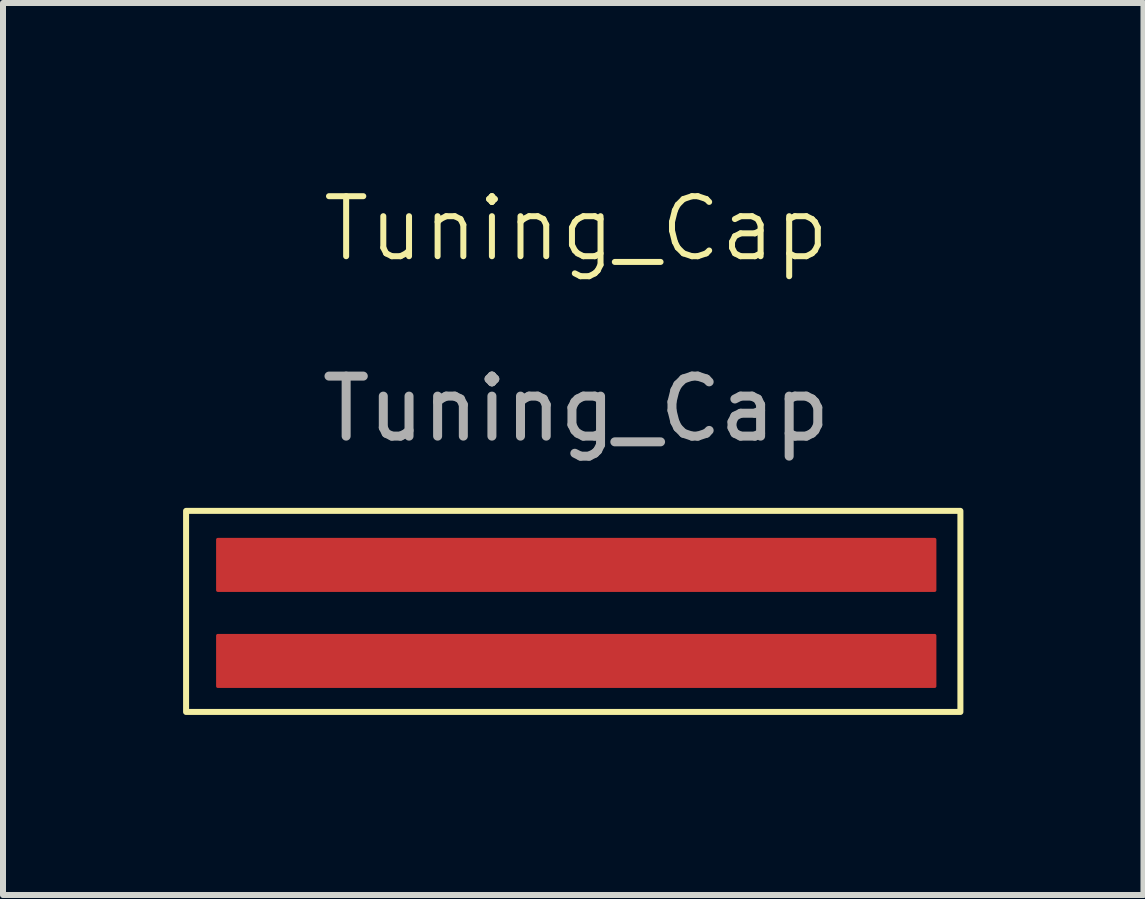
<source format=kicad_pcb>
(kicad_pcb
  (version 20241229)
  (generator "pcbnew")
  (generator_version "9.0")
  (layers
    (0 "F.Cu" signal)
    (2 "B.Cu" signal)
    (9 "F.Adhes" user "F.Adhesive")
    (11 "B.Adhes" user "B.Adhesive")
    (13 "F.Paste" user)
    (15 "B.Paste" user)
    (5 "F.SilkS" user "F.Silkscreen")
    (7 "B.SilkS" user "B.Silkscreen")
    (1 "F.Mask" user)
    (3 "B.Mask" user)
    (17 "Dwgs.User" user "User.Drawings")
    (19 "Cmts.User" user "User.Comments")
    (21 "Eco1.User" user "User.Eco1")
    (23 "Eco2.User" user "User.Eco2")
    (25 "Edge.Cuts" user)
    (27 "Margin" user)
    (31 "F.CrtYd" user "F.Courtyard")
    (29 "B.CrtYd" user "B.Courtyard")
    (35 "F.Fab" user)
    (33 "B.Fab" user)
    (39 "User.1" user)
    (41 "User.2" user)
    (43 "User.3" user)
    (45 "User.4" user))
  (footprint "Tuning_Cap"
    (layer "F.Cu")
    (at 6.55 6.361)
    (property "Reference" "Tuning_Cap" (at 0 -5.6 0) (unlocked yes) (layer "F.SilkS") (effects (font (size 1 1) (thickness 0.1))))
    (attr smd)
    (fp_rect (start -6.5 -0.9) (end 6.4 2.45) (stroke (width 0.1) (type default)) (fill no) (layer "F.SilkS"))
    (fp_text user "${REFERENCE}" (at 0 -2.6 0) (unlocked yes) (layer "F.Fab") (effects (font (size 1 1) (thickness 0.15))))
    (pad "1" smd roundrect (at 0 0) (size 12 0.9) (layers "F.Cu" "F.Mask" "F.Paste") (roundrect_rratio 0.031))
    (pad "2" smd roundrect (at 0 1.6) (size 12 0.9) (layers "F.Cu" "F.Mask" "F.Paste") (roundrect_rratio 0.031)))
  (gr_rect
    (start -3 -3)
    (end 16 11.861)
    (stroke (width 0.1) (type default))
    (fill no)
    (layer "Edge.Cuts")))
</source>
